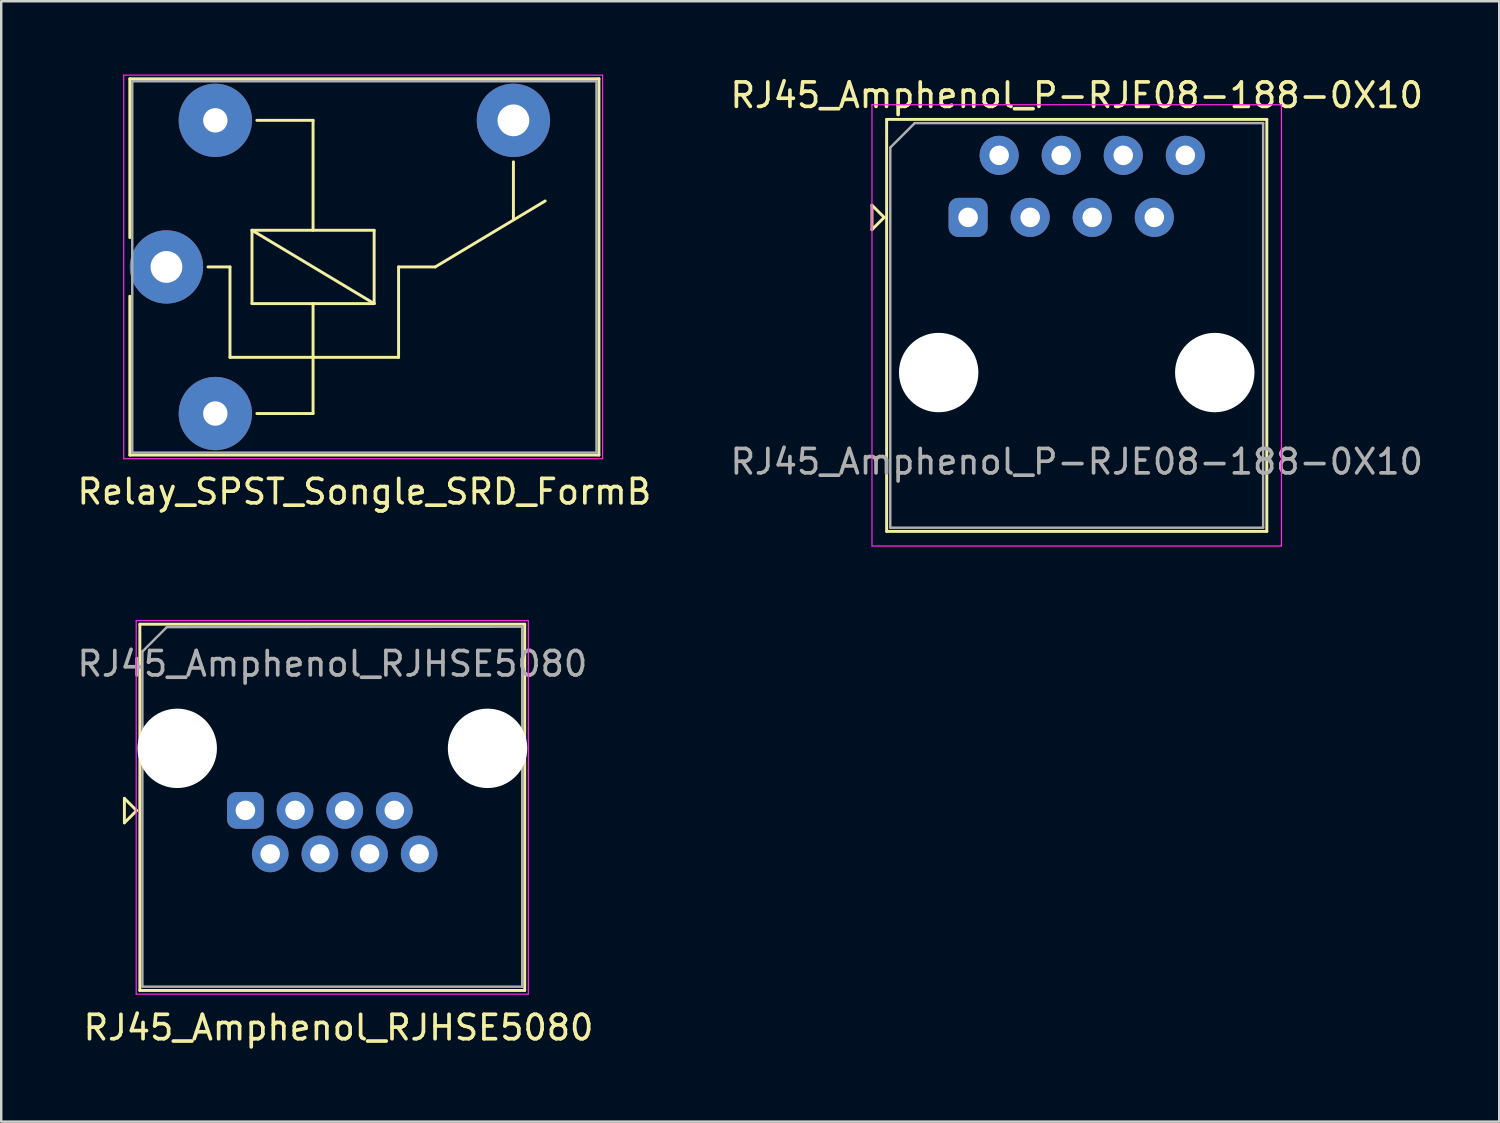
<source format=kicad_pcb>
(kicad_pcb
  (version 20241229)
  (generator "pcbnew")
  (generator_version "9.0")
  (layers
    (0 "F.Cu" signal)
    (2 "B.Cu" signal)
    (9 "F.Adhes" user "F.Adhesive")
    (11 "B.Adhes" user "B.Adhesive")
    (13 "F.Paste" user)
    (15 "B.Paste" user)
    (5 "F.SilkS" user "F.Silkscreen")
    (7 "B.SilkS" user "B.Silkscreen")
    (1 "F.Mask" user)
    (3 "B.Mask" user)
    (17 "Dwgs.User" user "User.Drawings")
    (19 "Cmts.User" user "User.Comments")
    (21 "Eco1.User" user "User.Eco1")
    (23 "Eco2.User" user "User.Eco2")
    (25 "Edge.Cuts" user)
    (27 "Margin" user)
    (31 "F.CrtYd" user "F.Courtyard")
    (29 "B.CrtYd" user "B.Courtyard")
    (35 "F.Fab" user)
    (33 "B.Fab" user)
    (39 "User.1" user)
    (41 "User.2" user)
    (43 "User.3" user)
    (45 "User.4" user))
  (footprint "Relay_SPST_Songle_SRD_FormB"
    (layer "F.Cu")
    (at 10.863 7.875)
    (property "Reference" "Relay_SPST_Songle_SRD_FormB" (at 1 9.2 0) (layer "F.SilkS") (effects (font (size 1 1) (thickness 0.15))))
    (attr through_hole)
    (fp_line (start -8.6 -7.7) (end -8.6 -1.2) (stroke (width 0.12) (type solid)) (layer "F.SilkS"))
    (fp_line (start -8.6 -7.7) (end 10.6 -7.7) (stroke (width 0.12) (type solid)) (layer "F.SilkS"))
    (fp_line (start -8.6 1.2) (end -8.6 7.7) (stroke (width 0.12) (type solid)) (layer "F.SilkS"))
    (fp_line (start -4.5 0) (end -5.4 0) (stroke (width 0.12) (type solid)) (layer "F.SilkS"))
    (fp_line (start -4.5 0) (end -4.5 3.7) (stroke (width 0.12) (type solid)) (layer "F.SilkS"))
    (fp_line (start -3.6 -1.5) (end 1.4 -1.5) (stroke (width 0.12) (type solid)) (layer "F.SilkS"))
    (fp_line (start -3.6 1.5) (end -3.6 -1.5) (stroke (width 0.12) (type solid)) (layer "F.SilkS"))
    (fp_line (start -3.4 6) (end -1.1 6) (stroke (width 0.12) (type solid)) (layer "F.SilkS"))
    (fp_line (start -1.1 -6) (end -3.4 -6) (stroke (width 0.12) (type solid)) (layer "F.SilkS"))
    (fp_line (start -1.1 -6) (end -1.1 -1.5) (stroke (width 0.12) (type solid)) (layer "F.SilkS"))
    (fp_line (start -1.1 1.5) (end -1.1 6) (stroke (width 0.12) (type solid)) (layer "F.SilkS"))
    (fp_line (start 1.4 -1.5) (end 1.4 1.5) (stroke (width 0.12) (type solid)) (layer "F.SilkS"))
    (fp_line (start 1.4 1.5) (end -3.6 -1.5) (stroke (width 0.12) (type solid)) (layer "F.SilkS"))
    (fp_line (start 1.4 1.5) (end -3.6 1.5) (stroke (width 0.12) (type solid)) (layer "F.SilkS"))
    (fp_line (start 2.4 0) (end 2.4 3.7) (stroke (width 0.12) (type solid)) (layer "F.SilkS"))
    (fp_line (start 2.4 0) (end 3.9 0) (stroke (width 0.12) (type solid)) (layer "F.SilkS"))
    (fp_line (start 2.4 3.7) (end -4.5 3.7) (stroke (width 0.12) (type solid)) (layer "F.SilkS"))
    (fp_line (start 3.9 0) (end 8.4 -2.7) (stroke (width 0.12) (type solid)) (layer "F.SilkS"))
    (fp_line (start 7.1 -4.3) (end 7.1 -2) (stroke (width 0.12) (type solid)) (layer "F.SilkS"))
    (fp_line (start 10.6 -7.7) (end 10.6 7.7) (stroke (width 0.12) (type solid)) (layer "F.SilkS"))
    (fp_line (start 10.6 7.7) (end -8.6 7.7) (stroke (width 0.12) (type solid)) (layer "F.SilkS"))
    (fp_line (start -8.85 7.85) (end -8.85 -7.85) (stroke (width 0.05) (type solid)) (layer "F.CrtYd"))
    (fp_line (start -8.85 7.85) (end 10.75 7.85) (stroke (width 0.05) (type solid)) (layer "F.CrtYd"))
    (fp_line (start 10.75 -7.85) (end -8.85 -7.85) (stroke (width 0.05) (type solid)) (layer "F.CrtYd"))
    (fp_line (start 10.75 -7.85) (end 10.75 7.85) (stroke (width 0.05) (type solid)) (layer "F.CrtYd"))
    (fp_line (start -8.5 -7.6) (end 10.5 -7.6) (stroke (width 0.1) (type solid)) (layer "F.Fab"))
    (fp_line (start -8.5 7.6) (end -8.5 -7.6) (stroke (width 0.1) (type solid)) (layer "F.Fab"))
    (fp_line (start 10.5 -7.6) (end 10.5 7.6) (stroke (width 0.1) (type solid)) (layer "F.Fab"))
    (fp_line (start 10.5 7.6) (end -8.5 7.6) (stroke (width 0.1) (type solid)) (layer "F.Fab"))
    (pad "11" thru_hole circle (at -7.1 0) (size 3 3) (drill 1.3) (layers "*.Cu" "*.Mask"))
    (pad "12" thru_hole circle (at 7.1 -6) (size 3 3) (drill 1.3) (layers "*.Cu" "*.Mask"))
    (pad "A1" thru_hole circle (at -5.1 6) (size 3 3) (drill 1) (layers "*.Cu" "*.Mask"))
    (pad "A2" thru_hole circle (at -5.1 -6) (size 3 3) (drill 1) (layers "*.Cu" "*.Mask")))
  (footprint "RJ45_Amphenol_RJHSE5080"
    (layer "F.Cu")
    (at 6.994 30.118)
    (property "Reference" "RJ45_Amphenol_RJHSE5080" (at 3.81 8.89 0) (layer "F.SilkS") (effects (font (size 1 1) (thickness 0.15))))
    (attr through_hole)
    (fp_line (start -4.953 -0.492) (end -4.453 0.008) (stroke (width 0.12) (type solid)) (layer "F.SilkS"))
    (fp_line (start -4.953 0.508) (end -4.953 -0.492) (stroke (width 0.12) (type solid)) (layer "F.SilkS"))
    (fp_line (start -4.453 0.008) (end -4.953 0.508) (stroke (width 0.12) (type solid)) (layer "F.SilkS"))
    (fp_line (start -4.32 -7.62) (end 11.43 -7.62) (stroke (width 0.12) (type solid)) (layer "F.SilkS"))
    (fp_line (start -4.32 7.37) (end -4.32 -7.62) (stroke (width 0.12) (type solid)) (layer "F.SilkS"))
    (fp_line (start -4.32 7.37) (end 11.43 7.37) (stroke (width 0.12) (type solid)) (layer "F.SilkS"))
    (fp_line (start 11.43 7.37) (end 11.43 -7.62) (stroke (width 0.12) (type solid)) (layer "F.SilkS"))
    (fp_line (start -4.47 -7.77) (end -4.47 7.52) (stroke (width 0.05) (type solid)) (layer "F.CrtYd"))
    (fp_line (start -4.47 -7.77) (end 11.58 -7.77) (stroke (width 0.05) (type solid)) (layer "F.CrtYd"))
    (fp_line (start -4.47 7.52) (end 11.58 7.52) (stroke (width 0.05) (type solid)) (layer "F.CrtYd"))
    (fp_line (start 11.58 -7.77) (end 11.58 7.52) (stroke (width 0.05) (type solid)) (layer "F.CrtYd"))
    (fp_line (start -4.216 -6.502) (end -4.216 7.214) (stroke (width 0.1) (type solid)) (layer "F.Fab"))
    (fp_line (start -4.216 -6.502) (end -3.216 -7.502) (stroke (width 0.1) (type solid)) (layer "F.Fab"))
    (fp_line (start -4.216 7.214) (end 11.328 7.214) (stroke (width 0.1) (type solid)) (layer "F.Fab"))
    (fp_line (start -3.216 -7.502) (end 11.328 -7.518) (stroke (width 0.1) (type solid)) (layer "F.Fab"))
    (fp_line (start 11.328 -7.518) (end 11.328 7.214) (stroke (width 0.1) (type solid)) (layer "F.Fab"))
    (fp_text user "${REFERENCE}" (at 3.56 -6 0) (layer "F.Fab") (effects (font (size 1 1) (thickness 0.15))))
    (pad "" np_thru_hole circle (at -2.79 -2.54) (size 3.25 3.25) (drill 3.25) (layers "*.Cu" "*.Mask"))
    (pad "" np_thru_hole circle (at 9.91 -2.54) (size 3.25 3.25) (drill 3.25) (layers "*.Cu" "*.Mask"))
    (pad "1" thru_hole roundrect (at 0 0) (size 1.5 1.5) (drill 0.8) (layers "*.Cu" "*.Mask") (roundrect_rratio 0.25))
    (pad "2" thru_hole circle (at 1.016 1.78) (size 1.5 1.5) (drill 0.8) (layers "*.Cu" "*.Mask"))
    (pad "3" thru_hole circle (at 2.032 0) (size 1.5 1.5) (drill 0.8) (layers "*.Cu" "*.Mask"))
    (pad "4" thru_hole circle (at 3.048 1.78) (size 1.5 1.5) (drill 0.8) (layers "*.Cu" "*.Mask"))
    (pad "5" thru_hole circle (at 4.064 0) (size 1.5 1.5) (drill 0.8) (layers "*.Cu" "*.Mask"))
    (pad "6" thru_hole circle (at 5.08 1.78) (size 1.5 1.5) (drill 0.8) (layers "*.Cu" "*.Mask"))
    (pad "7" thru_hole circle (at 6.096 0) (size 1.5 1.5) (drill 0.8) (layers "*.Cu" "*.Mask"))
    (pad "8" thru_hole circle (at 7.112 1.78) (size 1.5 1.5) (drill 0.8) (layers "*.Cu" "*.Mask")))
  (footprint "RJ45_Amphenol_P-RJE08-188-0X10"
    (layer "F.Cu")
    (at 41.018 5.848)
    (property "Reference" "RJ45_Amphenol_P-RJE08-188-0X10" (at 0 -5 0) (layer "F.SilkS") (effects (font (size 1 1) (thickness 0.15))))
    (attr through_hole)
    (fp_line (start -8.38 -0.5) (end -7.88 0) (stroke (width 0.12) (type solid)) (layer "F.SilkS"))
    (fp_line (start -8.38 0.5) (end -8.38 -0.5) (stroke (width 0.12) (type solid)) (layer "F.SilkS"))
    (fp_line (start -7.88 0) (end -8.38 0.5) (stroke (width 0.12) (type solid)) (layer "F.SilkS"))
    (fp_line (start -7.78 -4.01) (end 7.78 -4.01) (stroke (width 0.12) (type solid)) (layer "F.SilkS"))
    (fp_line (start -7.78 12.85) (end -7.78 -4.01) (stroke (width 0.12) (type solid)) (layer "F.SilkS"))
    (fp_line (start -7.78 12.85) (end 7.78 12.85) (stroke (width 0.12) (type solid)) (layer "F.SilkS"))
    (fp_line (start 7.78 12.85) (end 7.78 -4.01) (stroke (width 0.12) (type solid)) (layer "F.SilkS"))
    (fp_line (start -8.38 -4.61) (end -8.38 13.45) (stroke (width 0.05) (type solid)) (layer "F.CrtYd"))
    (fp_line (start -8.38 -4.61) (end 8.38 -4.61) (stroke (width 0.05) (type solid)) (layer "F.CrtYd"))
    (fp_line (start -8.38 13.45) (end 8.38 13.45) (stroke (width 0.05) (type solid)) (layer "F.CrtYd"))
    (fp_line (start 8.38 -4.61) (end 8.38 13.45) (stroke (width 0.05) (type solid)) (layer "F.CrtYd"))
    (fp_line (start -7.63 -2.86) (end -7.63 12.7) (stroke (width 0.1) (type solid)) (layer "F.Fab"))
    (fp_line (start -7.63 -2.86) (end -6.63 -3.86) (stroke (width 0.1) (type solid)) (layer "F.Fab"))
    (fp_line (start -7.63 12.7) (end 7.63 12.7) (stroke (width 0.1) (type solid)) (layer "F.Fab"))
    (fp_line (start -6.63 -3.86) (end 7.63 -3.86) (stroke (width 0.1) (type solid)) (layer "F.Fab"))
    (fp_line (start 7.63 -3.86) (end 7.63 12.7) (stroke (width 0.1) (type solid)) (layer "F.Fab"))
    (fp_text user "${REFERENCE}" (at 0 10 0) (layer "F.Fab") (effects (font (size 1 1) (thickness 0.15))))
    (pad "" np_thru_hole circle (at -5.65 6.35) (size 3.25 3.25) (drill 3.25) (layers "*.Cu" "*.Mask"))
    (pad "" np_thru_hole circle (at 5.65 6.35) (size 3.25 3.25) (drill 3.25) (layers "*.Cu" "*.Mask"))
    (pad "1" thru_hole roundrect (at -4.445 0) (size 1.6 1.6) (drill 0.8) (layers "*.Cu" "*.Mask") (roundrect_rratio 0.25))
    (pad "2" thru_hole circle (at -3.175 -2.54) (size 1.6 1.6) (drill 0.8) (layers "*.Cu" "*.Mask"))
    (pad "3" thru_hole circle (at -1.905 0) (size 1.6 1.6) (drill 0.8) (layers "*.Cu" "*.Mask"))
    (pad "4" thru_hole circle (at -0.635 -2.54) (size 1.6 1.6) (drill 0.8) (layers "*.Cu" "*.Mask"))
    (pad "5" thru_hole circle (at 0.635 0) (size 1.6 1.6) (drill 0.8) (layers "*.Cu" "*.Mask"))
    (pad "6" thru_hole circle (at 1.905 -2.54) (size 1.6 1.6) (drill 0.8) (layers "*.Cu" "*.Mask"))
    (pad "7" thru_hole circle (at 3.175 0) (size 1.6 1.6) (drill 0.8) (layers "*.Cu" "*.Mask"))
    (pad "8" thru_hole circle (at 4.445 -2.54) (size 1.6 1.6) (drill 0.8) (layers "*.Cu" "*.Mask")))
  (gr_rect
    (start -3 -3)
    (end 58.31 42.856)
    (stroke (width 0.1) (type default))
    (fill no)
    (layer "Edge.Cuts")))
</source>
